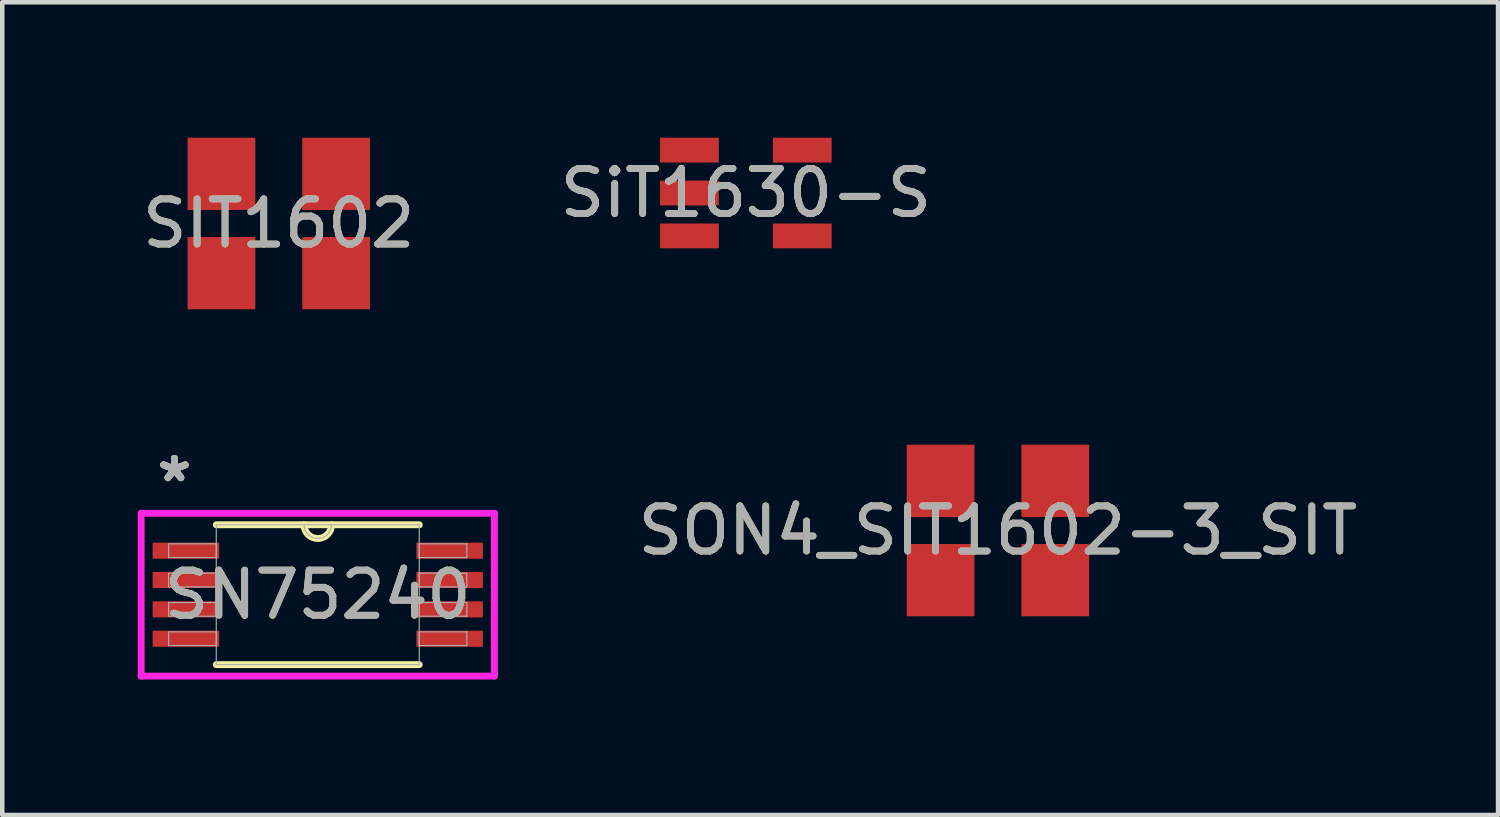
<source format=kicad_pcb>
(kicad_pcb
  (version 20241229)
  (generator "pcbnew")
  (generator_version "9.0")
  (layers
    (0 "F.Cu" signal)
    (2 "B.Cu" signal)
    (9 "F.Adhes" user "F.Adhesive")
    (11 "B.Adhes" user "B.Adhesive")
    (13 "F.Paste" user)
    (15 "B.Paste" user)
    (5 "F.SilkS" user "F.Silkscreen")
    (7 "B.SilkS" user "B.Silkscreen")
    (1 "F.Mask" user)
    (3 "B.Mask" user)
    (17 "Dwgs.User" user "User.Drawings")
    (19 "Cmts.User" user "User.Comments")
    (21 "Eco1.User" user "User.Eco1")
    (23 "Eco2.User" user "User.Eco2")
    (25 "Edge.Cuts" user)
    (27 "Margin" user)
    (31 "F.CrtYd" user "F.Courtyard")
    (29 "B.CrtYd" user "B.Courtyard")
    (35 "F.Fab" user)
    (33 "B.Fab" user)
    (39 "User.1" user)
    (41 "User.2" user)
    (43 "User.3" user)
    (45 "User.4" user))
  (footprint "SON4_SIT1602-3_SIT"
    (layer "F.Cu")
    (at 19.053 8.7)
    (property "Reference" "SON4_SIT1602-3_SIT" (at 0 0 0) (unlocked yes) (layer "F.SilkS") (effects (font (size 1 1) (thickness 0.15))))
    (attr smd)
    (fp_text user "${REFERENCE}" (at 0 0 0) (unlocked yes) (layer "F.Fab") (effects (font (size 1 1) (thickness 0.15))))
    (pad "1" smd rect (at -1.27 1.1) (size 1.5 1.6) (layers "F.Cu" "F.Mask" "F.Paste"))
    (pad "2" smd rect (at 1.27 1.1) (size 1.5 1.6) (layers "F.Cu" "F.Mask" "F.Paste"))
    (pad "3" smd rect (at 1.27 -1.1) (size 1.5 1.6) (layers "F.Cu" "F.Mask" "F.Paste"))
    (pad "4" smd rect (at -1.27 -1.1) (size 1.5 1.6) (layers "F.Cu" "F.Mask" "F.Paste")))
  (footprint "SIT1602"
    (layer "F.Cu")
    (at 3.125 1.9)
    (property "Reference" "SIT1602" (at 0 0 0) (unlocked yes) (layer "F.SilkS") (effects (font (size 1 1) (thickness 0.15))))
    (attr smd)
    (fp_text user "${REFERENCE}" (at 0 0 0) (unlocked yes) (layer "F.Fab") (effects (font (size 1 1) (thickness 0.15))))
    (pad "1" smd rect (at -1.27 1.1) (size 1.5 1.6) (layers "F.Cu" "F.Mask" "F.Paste"))
    (pad "2" smd rect (at 1.27 1.1) (size 1.5 1.6) (layers "F.Cu" "F.Mask" "F.Paste"))
    (pad "3" smd rect (at 1.27 -1.1) (size 1.5 1.6) (layers "F.Cu" "F.Mask" "F.Paste"))
    (pad "4" smd rect (at -1.27 -1.1) (size 1.5 1.6) (layers "F.Cu" "F.Mask" "F.Paste")))
  (footprint "SiT1630-S"
    (layer "F.Cu")
    (at 13.47 1.225)
    (property "Reference" "SiT1630-S" (at 0 0 0) (unlocked yes) (layer "F.SilkS") (effects (font (size 1 1) (thickness 0.15))))
    (attr smd)
    (fp_text user "${REFERENCE}" (at 0 0 0) (unlocked yes) (layer "F.Fab") (effects (font (size 1 1) (thickness 0.15))))
    (pad "1" smd rect (at -1.25 -0.95) (size 1.3 0.55) (layers "F.Cu" "F.Mask" "F.Paste"))
    (pad "2" smd rect (at -1.25 0) (size 1.3 0.55) (layers "F.Cu" "F.Mask" "F.Paste"))
    (pad "3" smd rect (at -1.25 0.95) (size 1.3 0.55) (layers "F.Cu" "F.Mask" "F.Paste"))
    (pad "4" smd rect (at 1.25 0.95) (size 1.3 0.55) (layers "F.Cu" "F.Mask" "F.Paste"))
    (pad "5" smd rect (at 1.25 -0.95) (size 1.3 0.55) (layers "F.Cu" "F.Mask" "F.Paste")))
  (footprint "SN75240"
    (layer "F.Cu")
    (at 3.988 10.122)
    (property "Reference" "SN75240" (at 0 0 0) (unlocked yes) (layer "F.SilkS") (effects (font (size 1 1) (thickness 0.15))))
    (attr smd)
    (fp_line (start -2.248 1.549) (end 2.248 1.549) (stroke (width 0.152) (type solid)) (layer "F.SilkS"))
    (fp_line (start 2.248 -1.549) (end -2.248 -1.549) (stroke (width 0.152) (type solid)) (layer "F.SilkS"))
    (fp_arc (start 0.3048 -1.5494) (mid 0 -1.2446) (end -0.3048 -1.5494) (stroke (width 0.1524) (type solid)) (layer "F.SilkS"))
    (fp_line (start -3.912 -1.803) (end 3.912 -1.803) (stroke (width 0.152) (type solid)) (layer "F.CrtYd"))
    (fp_line (start -3.912 1.803) (end -3.912 -1.803) (stroke (width 0.152) (type solid)) (layer "F.CrtYd"))
    (fp_line (start 3.912 -1.803) (end 3.912 1.803) (stroke (width 0.152) (type solid)) (layer "F.CrtYd"))
    (fp_line (start 3.912 1.803) (end -3.912 1.803) (stroke (width 0.152) (type solid)) (layer "F.CrtYd"))
    (fp_line (start -3.302 -1.127) (end -3.302 -0.823) (stroke (width 0.025) (type solid)) (layer "F.Fab"))
    (fp_line (start -3.302 -0.823) (end -2.248 -0.823) (stroke (width 0.025) (type solid)) (layer "F.Fab"))
    (fp_line (start -3.302 -0.477) (end -3.302 -0.173) (stroke (width 0.025) (type solid)) (layer "F.Fab"))
    (fp_line (start -3.302 -0.173) (end -2.248 -0.173) (stroke (width 0.025) (type solid)) (layer "F.Fab"))
    (fp_line (start -3.302 0.173) (end -3.302 0.477) (stroke (width 0.025) (type solid)) (layer "F.Fab"))
    (fp_line (start -3.302 0.477) (end -2.248 0.477) (stroke (width 0.025) (type solid)) (layer "F.Fab"))
    (fp_line (start -3.302 0.823) (end -3.302 1.127) (stroke (width 0.025) (type solid)) (layer "F.Fab"))
    (fp_line (start -3.302 1.127) (end -2.248 1.127) (stroke (width 0.025) (type solid)) (layer "F.Fab"))
    (fp_line (start -2.248 -1.549) (end -2.248 1.549) (stroke (width 0.025) (type solid)) (layer "F.Fab"))
    (fp_line (start -2.248 -1.127) (end -3.302 -1.127) (stroke (width 0.025) (type solid)) (layer "F.Fab"))
    (fp_line (start -2.248 -0.823) (end -2.248 -1.127) (stroke (width 0.025) (type solid)) (layer "F.Fab"))
    (fp_line (start -2.248 -0.477) (end -3.302 -0.477) (stroke (width 0.025) (type solid)) (layer "F.Fab"))
    (fp_line (start -2.248 -0.173) (end -2.248 -0.477) (stroke (width 0.025) (type solid)) (layer "F.Fab"))
    (fp_line (start -2.248 0.173) (end -3.302 0.173) (stroke (width 0.025) (type solid)) (layer "F.Fab"))
    (fp_line (start -2.248 0.477) (end -2.248 0.173) (stroke (width 0.025) (type solid)) (layer "F.Fab"))
    (fp_line (start -2.248 0.823) (end -3.302 0.823) (stroke (width 0.025) (type solid)) (layer "F.Fab"))
    (fp_line (start -2.248 1.127) (end -2.248 0.823) (stroke (width 0.025) (type solid)) (layer "F.Fab"))
    (fp_line (start -2.248 1.549) (end 2.248 1.549) (stroke (width 0.025) (type solid)) (layer "F.Fab"))
    (fp_line (start 2.248 -1.549) (end -2.248 -1.549) (stroke (width 0.025) (type solid)) (layer "F.Fab"))
    (fp_line (start 2.248 -1.127) (end 2.248 -0.823) (stroke (width 0.025) (type solid)) (layer "F.Fab"))
    (fp_line (start 2.248 -0.823) (end 3.302 -0.823) (stroke (width 0.025) (type solid)) (layer "F.Fab"))
    (fp_line (start 2.248 -0.477) (end 2.248 -0.173) (stroke (width 0.025) (type solid)) (layer "F.Fab"))
    (fp_line (start 2.248 -0.173) (end 3.302 -0.173) (stroke (width 0.025) (type solid)) (layer "F.Fab"))
    (fp_line (start 2.248 0.173) (end 2.248 0.477) (stroke (width 0.025) (type solid)) (layer "F.Fab"))
    (fp_line (start 2.248 0.477) (end 3.302 0.477) (stroke (width 0.025) (type solid)) (layer "F.Fab"))
    (fp_line (start 2.248 0.823) (end 2.248 1.127) (stroke (width 0.025) (type solid)) (layer "F.Fab"))
    (fp_line (start 2.248 1.127) (end 3.302 1.127) (stroke (width 0.025) (type solid)) (layer "F.Fab"))
    (fp_line (start 2.248 1.549) (end 2.248 -1.549) (stroke (width 0.025) (type solid)) (layer "F.Fab"))
    (fp_line (start 3.302 -1.127) (end 2.248 -1.127) (stroke (width 0.025) (type solid)) (layer "F.Fab"))
    (fp_line (start 3.302 -0.823) (end 3.302 -1.127) (stroke (width 0.025) (type solid)) (layer "F.Fab"))
    (fp_line (start 3.302 -0.477) (end 2.248 -0.477) (stroke (width 0.025) (type solid)) (layer "F.Fab"))
    (fp_line (start 3.302 -0.173) (end 3.302 -0.477) (stroke (width 0.025) (type solid)) (layer "F.Fab"))
    (fp_line (start 3.302 0.173) (end 2.248 0.173) (stroke (width 0.025) (type solid)) (layer "F.Fab"))
    (fp_line (start 3.302 0.477) (end 3.302 0.173) (stroke (width 0.025) (type solid)) (layer "F.Fab"))
    (fp_line (start 3.302 0.823) (end 2.248 0.823) (stroke (width 0.025) (type solid)) (layer "F.Fab"))
    (fp_line (start 3.302 1.127) (end 3.302 0.823) (stroke (width 0.025) (type solid)) (layer "F.Fab"))
    (fp_arc (start 0.3048 -1.5494) (mid 0 -1.2446) (end -0.3048 -1.5494) (stroke (width 0.0254) (type solid)) (layer "F.Fab"))
    (fp_text user "*" (at -3.175 -2.474 0) (unlocked yes) (layer "F.SilkS") (effects (font (size 1 1) (thickness 0.15))))
    (fp_text user "*" (at -3.175 -2.474 0) (layer "F.SilkS") (effects (font (size 1 1) (thickness 0.15))))
    (fp_text user "${REFERENCE}" (at 0 0 0) (unlocked yes) (layer "F.Fab") (effects (font (size 1 1) (thickness 0.15))))
    (fp_text user "*" (at -3.175 -2.474 0) (unlocked yes) (layer "F.Fab") (effects (font (size 1 1) (thickness 0.15))))
    (fp_text user "*" (at -3.175 -2.474 0) (layer "F.Fab") (effects (font (size 1 1) (thickness 0.15))))
    (pad "1" smd rect (at -2.921 -0.975) (size 1.473 0.356) (layers "F.Cu" "F.Mask" "F.Paste"))
    (pad "2" smd rect (at -2.921 -0.325) (size 1.473 0.356) (layers "F.Cu" "F.Mask" "F.Paste"))
    (pad "3" smd rect (at -2.921 0.325) (size 1.473 0.356) (layers "F.Cu" "F.Mask" "F.Paste"))
    (pad "4" smd rect (at -2.921 0.975) (size 1.473 0.356) (layers "F.Cu" "F.Mask" "F.Paste"))
    (pad "5" smd rect (at 2.921 0.975) (size 1.473 0.356) (layers "F.Cu" "F.Mask" "F.Paste"))
    (pad "6" smd rect (at 2.921 0.325) (size 1.473 0.356) (layers "F.Cu" "F.Mask" "F.Paste"))
    (pad "7" smd rect (at 2.921 -0.325) (size 1.473 0.356) (layers "F.Cu" "F.Mask" "F.Paste"))
    (pad "8" smd rect (at 2.921 -0.975) (size 1.473 0.356) (layers "F.Cu" "F.Mask" "F.Paste")))
  (gr_rect
    (start -3 -3)
    (end 30.13 15.001)
    (stroke (width 0.1) (type default))
    (fill no)
    (layer "Edge.Cuts")))
</source>
